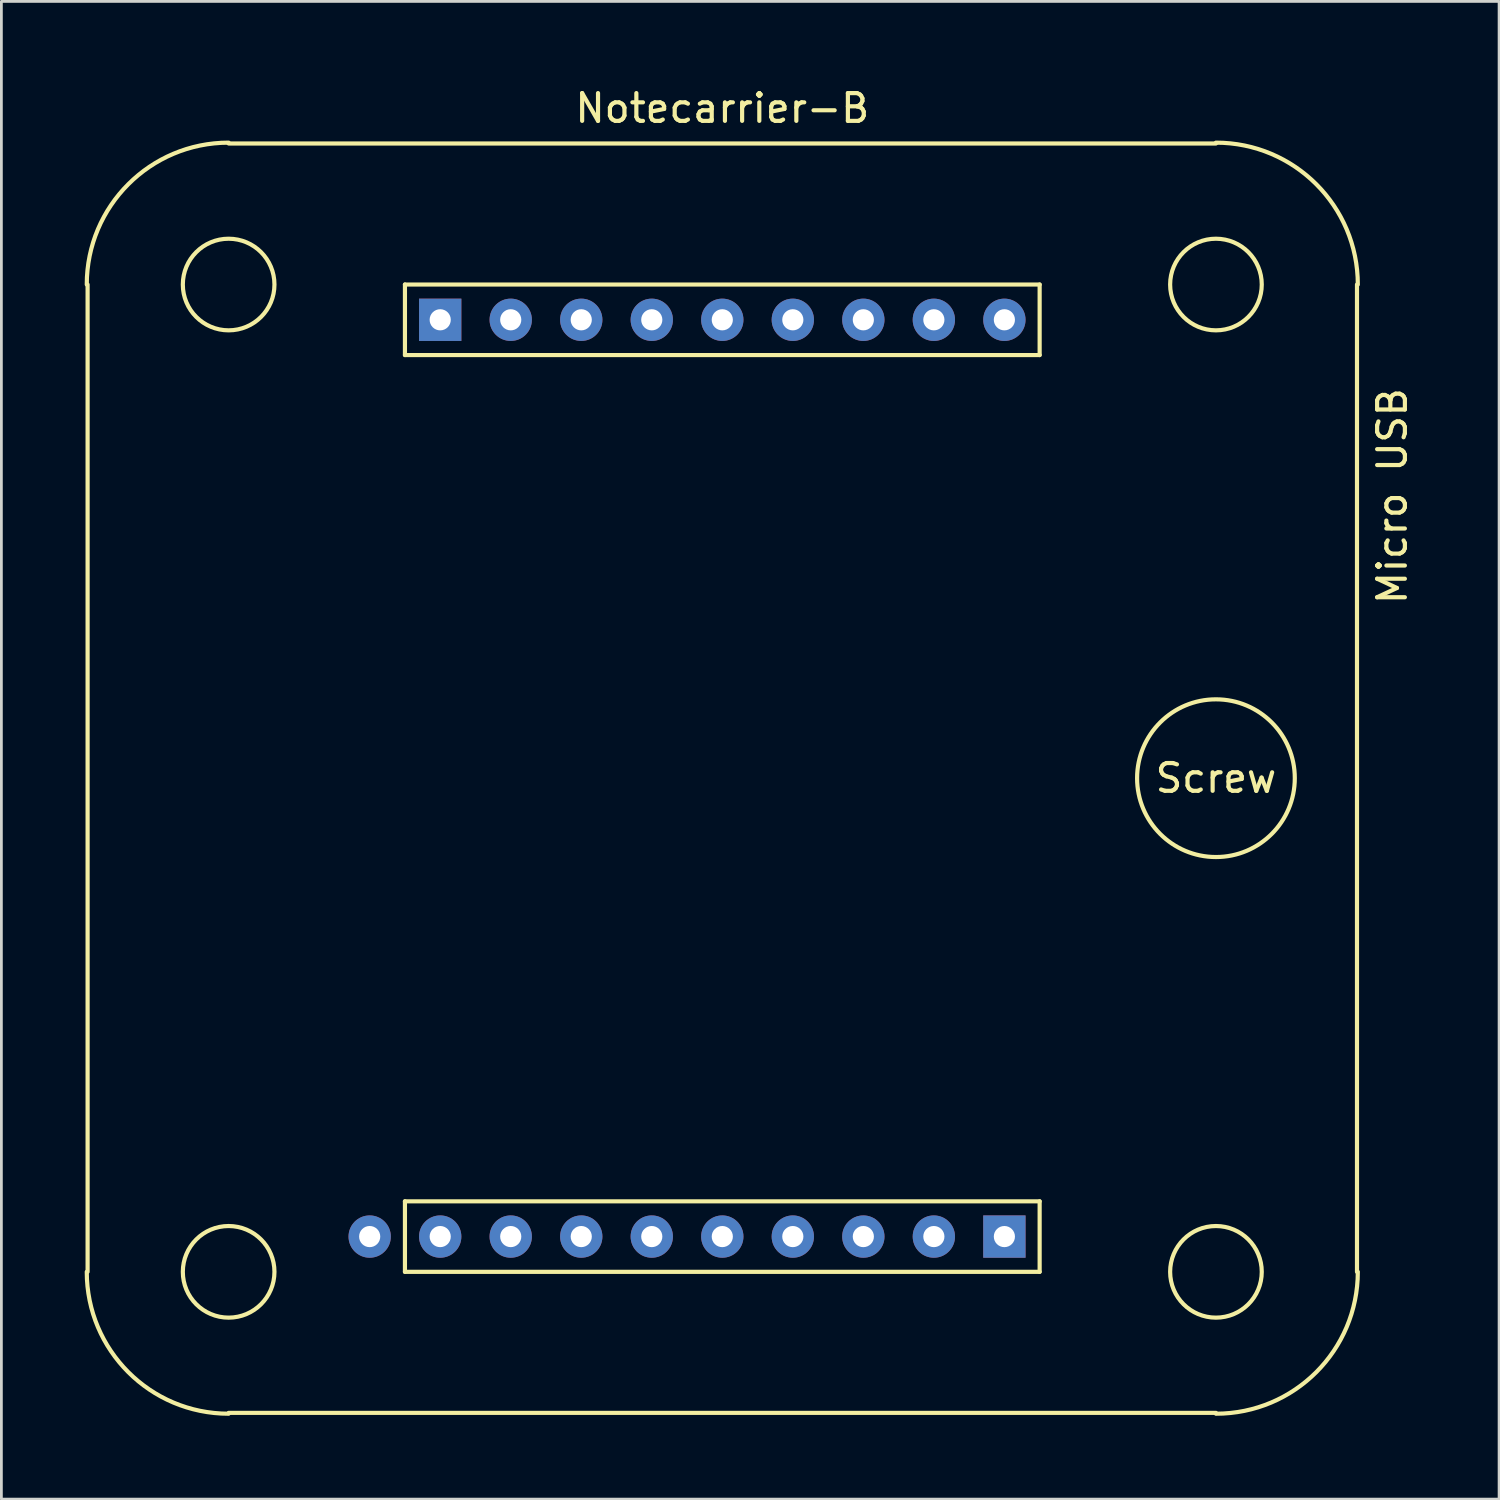
<source format=kicad_pcb>
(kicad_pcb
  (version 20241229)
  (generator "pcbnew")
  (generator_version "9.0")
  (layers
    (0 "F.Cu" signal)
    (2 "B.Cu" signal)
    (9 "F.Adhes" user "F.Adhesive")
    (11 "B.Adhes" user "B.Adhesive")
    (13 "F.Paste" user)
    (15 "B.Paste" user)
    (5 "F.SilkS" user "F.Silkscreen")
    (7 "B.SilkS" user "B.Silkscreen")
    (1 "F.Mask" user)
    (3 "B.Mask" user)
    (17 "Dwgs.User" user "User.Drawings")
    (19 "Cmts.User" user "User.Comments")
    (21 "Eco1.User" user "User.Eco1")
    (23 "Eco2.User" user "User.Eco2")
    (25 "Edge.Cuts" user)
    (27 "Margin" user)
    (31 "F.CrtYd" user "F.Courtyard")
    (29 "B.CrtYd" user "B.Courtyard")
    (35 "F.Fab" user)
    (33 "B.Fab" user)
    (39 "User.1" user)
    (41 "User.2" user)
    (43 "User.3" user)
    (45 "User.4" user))
  (footprint "Notecarrier-B"
    (layer "F.Cu")
    (at 22.965 24.978)
    (property "Reference" "Notecarrier-B" (at 0 -24.13 0) (layer "F.SilkS") (effects (font (size 1 1) (thickness 0.15))))
    (attr through_hole)
    (fp_line (start -22.86 17.78) (end -22.86 -17.78) (stroke (width 0.15) (type solid)) (layer "F.SilkS"))
    (fp_line (start -17.78 -22.86) (end 17.78 -22.86) (stroke (width 0.15) (type solid)) (layer "F.SilkS"))
    (fp_line (start -11.43 -17.78) (end 11.43 -17.78) (stroke (width 0.15) (type solid)) (layer "F.SilkS"))
    (fp_line (start -11.43 -15.24) (end -11.43 -17.78) (stroke (width 0.15) (type solid)) (layer "F.SilkS"))
    (fp_line (start -11.43 15.24) (end -11.43 17.78) (stroke (width 0.15) (type solid)) (layer "F.SilkS"))
    (fp_line (start -11.43 17.78) (end 11.43 17.78) (stroke (width 0.15) (type solid)) (layer "F.SilkS"))
    (fp_line (start 11.43 -17.78) (end 11.43 -15.24) (stroke (width 0.15) (type solid)) (layer "F.SilkS"))
    (fp_line (start 11.43 -15.24) (end -11.43 -15.24) (stroke (width 0.15) (type solid)) (layer "F.SilkS"))
    (fp_line (start 11.43 15.24) (end -11.43 15.24) (stroke (width 0.15) (type solid)) (layer "F.SilkS"))
    (fp_line (start 11.43 17.78) (end 11.43 15.24) (stroke (width 0.15) (type solid)) (layer "F.SilkS"))
    (fp_line (start 17.78 22.86) (end -17.78 22.86) (stroke (width 0.15) (type solid)) (layer "F.SilkS"))
    (fp_line (start 22.86 -17.78) (end 22.86 17.78) (stroke (width 0.15) (type solid)) (layer "F.SilkS"))
    (fp_arc (start -22.89 -17.78) (mid -21.393316 -21.393316) (end -17.78 -22.89) (stroke (width 0.15) (type solid)) (layer "F.SilkS"))
    (fp_arc (start -17.78 22.89) (mid -21.393316 21.393316) (end -22.89 17.78) (stroke (width 0.15) (type solid)) (layer "F.SilkS"))
    (fp_arc (start 17.78 -22.89) (mid 21.393316 -21.393316) (end 22.89 -17.78) (stroke (width 0.15) (type solid)) (layer "F.SilkS"))
    (fp_arc (start 22.89 17.78) (mid 21.393316 21.393316) (end 17.78 22.89) (stroke (width 0.15) (type solid)) (layer "F.SilkS"))
    (fp_circle (center -17.78 -17.78) (end -16.13 -17.78) (stroke (width 0.15) (type solid)) (fill no) (layer "F.SilkS"))
    (fp_circle (center -17.78 17.78) (end -16.13 17.78) (stroke (width 0.15) (type solid)) (fill no) (layer "F.SilkS"))
    (fp_circle (center 17.78 -17.78) (end 19.43 -17.78) (stroke (width 0.15) (type solid)) (fill no) (layer "F.SilkS"))
    (fp_circle (center 17.78 0) (end 20.62 0) (stroke (width 0.15) (type solid)) (fill no) (layer "F.SilkS"))
    (fp_circle (center 17.78 17.78) (end 19.43 17.78) (stroke (width 0.15) (type solid)) (fill no) (layer "F.SilkS"))
    (fp_text user "Micro USB" (at 24.13 -10.16 90) (layer "F.SilkS") (effects (font (size 1 1) (thickness 0.15))))
    (fp_text user "Screw" (at 17.78 0 0) (layer "F.SilkS") (effects (font (size 1 1) (thickness 0.15))))
    (pad "0" thru_hole circle (at -12.7 16.51) (size 1.524 1.524) (drill 0.762) (layers "*.Cu" "*.Mask"))
    (pad "1" thru_hole circle (at 10.16 -16.51) (size 1.524 1.524) (drill 0.762) (layers "*.Cu" "*.Mask"))
    (pad "2" thru_hole circle (at 7.62 -16.51) (size 1.524 1.524) (drill 0.762) (layers "*.Cu" "*.Mask"))
    (pad "3" thru_hole circle (at 5.08 -16.51) (size 1.524 1.524) (drill 0.762) (layers "*.Cu" "*.Mask"))
    (pad "4" thru_hole circle (at 2.54 -16.51) (size 1.524 1.524) (drill 0.762) (layers "*.Cu" "*.Mask"))
    (pad "5" thru_hole circle (at 0 -16.51) (size 1.524 1.524) (drill 0.762) (layers "*.Cu" "*.Mask"))
    (pad "6" thru_hole circle (at -2.54 -16.51) (size 1.524 1.524) (drill 0.762) (layers "*.Cu" "*.Mask"))
    (pad "7" thru_hole circle (at -5.08 -16.51) (size 1.524 1.524) (drill 0.762) (layers "*.Cu" "*.Mask"))
    (pad "8" thru_hole circle (at -7.62 -16.51) (size 1.524 1.524) (drill 0.762) (layers "*.Cu" "*.Mask"))
    (pad "9" thru_hole rect (at -10.16 -16.51) (size 1.524 1.524) (drill 0.762) (layers "*.Cu" "*.Mask"))
    (pad "10" thru_hole circle (at -10.16 16.51) (size 1.524 1.524) (drill 0.762) (layers "*.Cu" "*.Mask"))
    (pad "11" thru_hole circle (at -7.62 16.51) (size 1.524 1.524) (drill 0.762) (layers "*.Cu" "*.Mask"))
    (pad "12" thru_hole circle (at -5.08 16.51) (size 1.524 1.524) (drill 0.762) (layers "*.Cu" "*.Mask"))
    (pad "13" thru_hole circle (at -2.54 16.51) (size 1.524 1.524) (drill 0.762) (layers "*.Cu" "*.Mask"))
    (pad "14" thru_hole circle (at 0 16.51) (size 1.524 1.524) (drill 0.762) (layers "*.Cu" "*.Mask"))
    (pad "15" thru_hole circle (at 2.54 16.51) (size 1.524 1.524) (drill 0.762) (layers "*.Cu" "*.Mask"))
    (pad "16" thru_hole circle (at 5.08 16.51) (size 1.524 1.524) (drill 0.762) (layers "*.Cu" "*.Mask"))
    (pad "17" thru_hole circle (at 7.62 16.51) (size 1.524 1.524) (drill 0.762) (layers "*.Cu" "*.Mask"))
    (pad "18" thru_hole rect (at 10.16 16.51) (size 1.524 1.524) (drill 0.762) (layers "*.Cu" "*.Mask")))
  (gr_rect
    (start -3 -3)
    (end 50.943 50.943)
    (stroke (width 0.1) (type default))
    (fill no)
    (layer "Edge.Cuts")))
</source>
